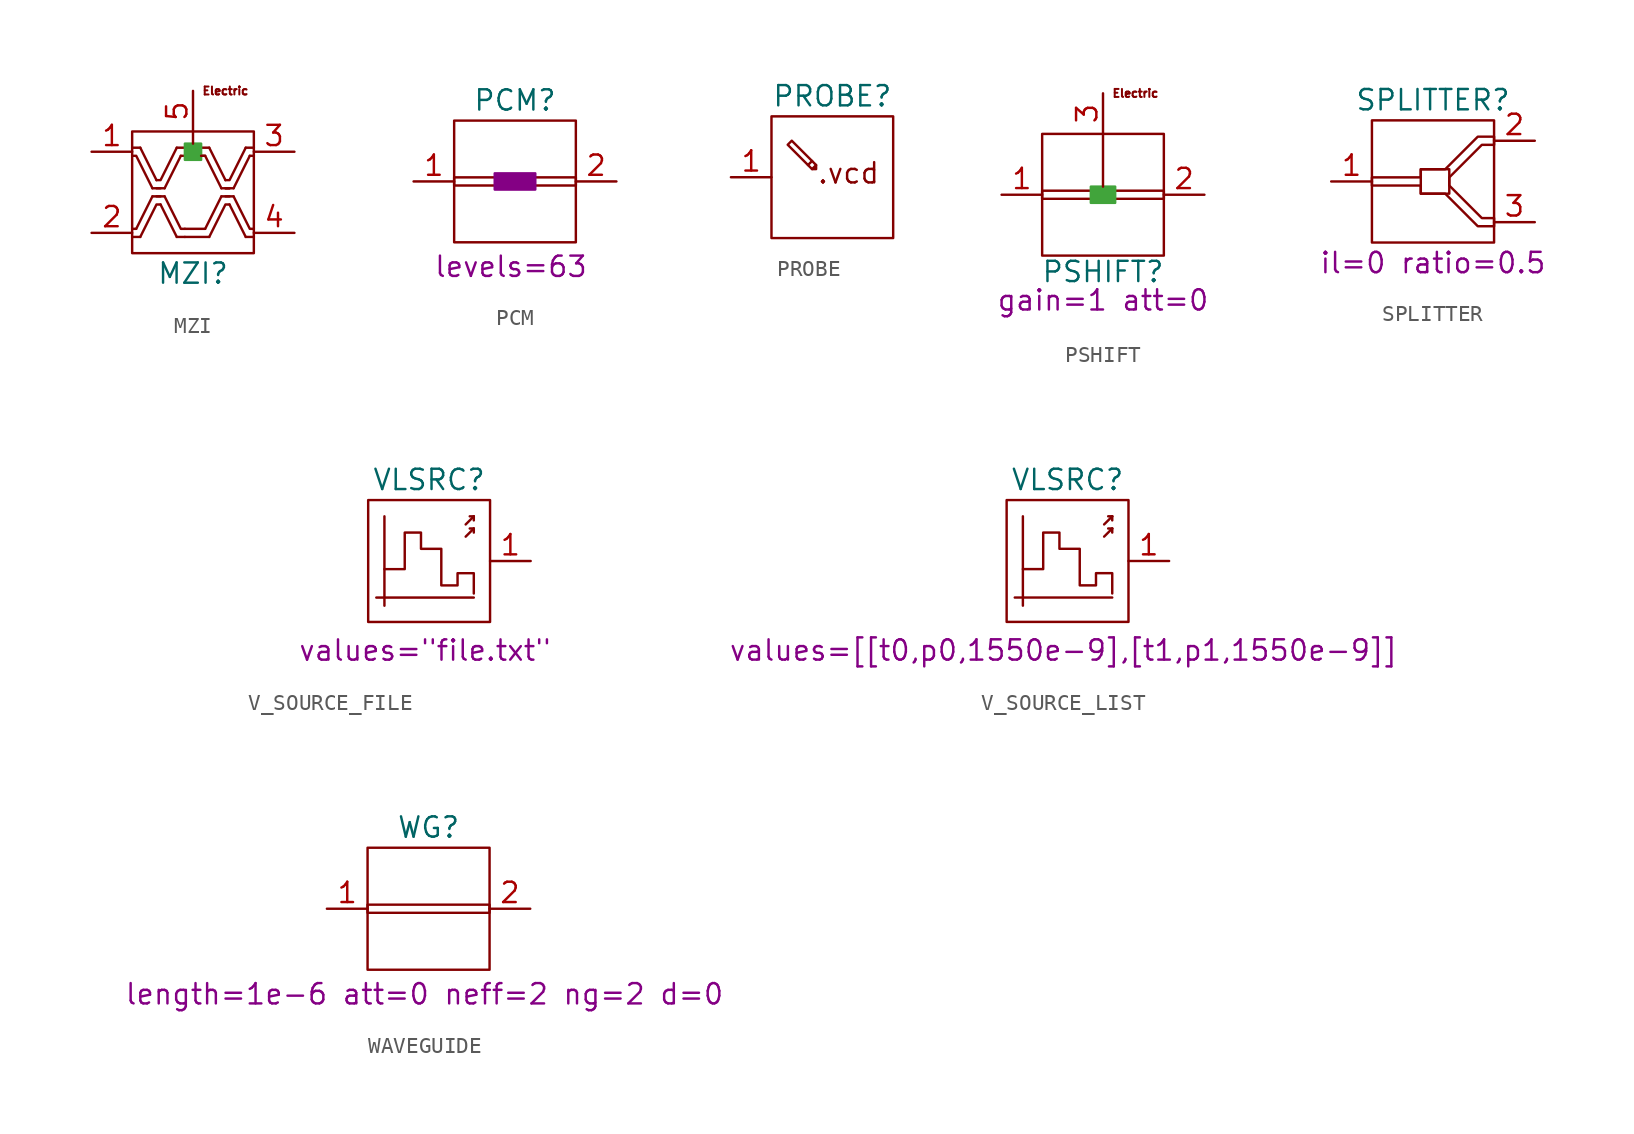
<source format=kicad_sym>
(kicad_symbol_lib
  (version 20220914)
  (generator kicad_symbol_editor)
  (symbol "MZI"
    (property "Reference" "MZI"
      (at 0 -5.08 0)
      (do_not_autoplace)
      (effects (font (size 1.27 1.27))))
    (symbol "MZI_0_1"
      (rectangle (start -3.81 3.81) (end 3.81 -3.81) (stroke (width 0) (type default)) (fill (type none)))
      (polyline (pts (xy 3.81 2.286) (xy 3.556 2.286)) (stroke (width 0) (type default)) (fill (type none))))
    (symbol "MZI_1_1"
      (rectangle (start -0.508 3.048) (end 0.508 2.032) (stroke (width 0) (type default) (color 65 164 59 1)) (fill (type outline)))
      (polyline (pts (xy -3.556 -2.286) (xy -3.81 -2.286)) (stroke (width 0) (type default)) (fill (type none)))
      (polyline (pts (xy -3.302 -2.794) (xy -3.81 -2.794)) (stroke (width 0) (type default)) (fill (type none)))
      (polyline (pts (xy -3.302 2.794) (xy -3.81 2.794)) (stroke (width 0) (type default)) (fill (type none)))
      (polyline (pts (xy -2.54 -0.254) (xy -3.556 -2.286)) (stroke (width 0) (type default)) (fill (type none)))
      (polyline (pts (xy -2.54 0.254) (xy -1.778 0.254)) (stroke (width 0) (type default)) (fill (type none)))
      (polyline (pts (xy -2.286 0.254) (xy -2.032 0.254)) (stroke (width 0) (type default)) (fill (type none)))
      (polyline (pts (xy -2.286 0.762) (xy -3.302 2.794)) (stroke (width 0) (type default)) (fill (type none)))
      (polyline (pts (xy -2.032 -0.762) (xy -1.016 -2.794)) (stroke (width 0) (type default)) (fill (type none)))
      (polyline (pts (xy -2.032 -0.254) (xy -2.286 -0.254)) (stroke (width 0) (type default)) (fill (type none)))
      (polyline (pts (xy -1.778 -0.254) (xy -2.54 -0.254)) (stroke (width 0) (type default)) (fill (type none)))
      (polyline (pts (xy -1.778 0.254) (xy -0.762 2.286)) (stroke (width 0) (type default)) (fill (type none)))
      (polyline (pts (xy -1.016 -2.794) (xy -0.508 -2.794)) (stroke (width 0) (type default)) (fill (type none)))
      (polyline (pts (xy -1.016 2.794) (xy 1.016 2.794)) (stroke (width 0) (type default)) (fill (type none)))
      (polyline (pts (xy -0.508 -2.286) (xy 0.762 -2.286)) (stroke (width 0) (type default)) (fill (type none)))
      (polyline (pts (xy 0 3.048) (xy 0 3.81)) (stroke (width 0) (type default)) (fill (type none)))
      (polyline (pts (xy 1.016 -2.794) (xy -0.508 -2.794)) (stroke (width 0) (type default)) (fill (type none)))
      (polyline (pts (xy 1.778 -0.254) (xy 0.762 -2.286)) (stroke (width 0) (type default)) (fill (type none)))
      (polyline (pts (xy 1.778 0.254) (xy 2.54 0.254)) (stroke (width 0) (type default)) (fill (type none)))
      (polyline (pts (xy 2.032 0.254) (xy 2.286 0.254)) (stroke (width 0) (type default)) (fill (type none)))
      (polyline (pts (xy 2.032 0.254) (xy 2.286 0.254)) (stroke (width 0) (type default)) (fill (type none)))
      (polyline (pts (xy 2.032 0.762) (xy 1.016 2.794)) (stroke (width 0) (type default)) (fill (type none)))
      (polyline (pts (xy 2.286 -0.762) (xy 3.302 -2.794)) (stroke (width 0) (type default)) (fill (type none)))
      (polyline (pts (xy 2.286 -0.254) (xy 2.032 -0.254)) (stroke (width 0) (type default)) (fill (type none)))
      (polyline (pts (xy 2.54 -0.254) (xy 1.778 -0.254)) (stroke (width 0) (type default)) (fill (type none)))
      (polyline (pts (xy 2.54 0.254) (xy 3.556 2.286)) (stroke (width 0) (type default)) (fill (type none)))
      (polyline (pts (xy 3.302 -2.794) (xy 3.81 -2.794)) (stroke (width 0) (type default)) (fill (type none)))
      (polyline (pts (xy 3.302 2.794) (xy 3.81 2.794)) (stroke (width 0) (type default)) (fill (type none)))
      (polyline (pts (xy -3.302 -2.794) (xy -2.286 -0.762) (xy -2.032 -0.762)) (stroke (width 0) (type default)) (fill (type none)))
      (polyline (pts (xy -2.54 0.254) (xy -3.556 2.286) (xy -3.81 2.286)) (stroke (width 0) (type default)) (fill (type none)))
      (polyline (pts (xy -1.778 -0.254) (xy -0.762 -2.286) (xy -0.508 -2.286)) (stroke (width 0) (type default)) (fill (type none)))
      (polyline (pts (xy -1.016 2.794) (xy -2.032 0.762) (xy -2.286 0.762)) (stroke (width 0) (type default)) (fill (type none)))
      (polyline (pts (xy -0.762 2.286) (xy 0.508 2.286) (xy 0.762 2.286)) (stroke (width 0) (type default)) (fill (type none)))
      (polyline (pts (xy 1.016 -2.794) (xy 2.032 -0.762) (xy 2.286 -0.762)) (stroke (width 0) (type default)) (fill (type none)))
      (polyline (pts (xy 1.778 0.254) (xy 0.762 2.286) (xy 0.508 2.286)) (stroke (width 0) (type default)) (fill (type none)))
      (polyline (pts (xy 2.54 -0.254) (xy 3.556 -2.286) (xy 3.81 -2.286)) (stroke (width 0) (type default)) (fill (type none)))
      (polyline (pts (xy 3.302 2.794) (xy 2.286 0.762) (xy 2.032 0.762)) (stroke (width 0) (type default)) (fill (type none)))
      (text "Electric" (at 2.032 6.35 0) (effects (font (face "KiCad Font") (size 0.5 0.5))))
      (pin input line (at -6.35 2.54 0) (length 2.54) (name "" (effects (font (size 1.27 1.27)))) (number "1" (effects (font (size 1.27 1.27)))))
      (pin input line (at -6.35 -2.54 0) (length 2.54) (name "" (effects (font (size 1.27 1.27)))) (number "2" (effects (font (size 1.27 1.27)))))
      (pin output line (at 6.35 2.54 180) (length 2.54) (name "" (effects (font (size 1.27 1.27)))) (number "3" (effects (font (size 1.27 1.27)))))
      (pin output line (at 6.35 -2.54 180) (length 2.54) (name "" (effects (font (size 1.27 1.27)))) (number "4" (effects (font (size 1.27 1.27)))))
      (pin input line (at 0 6.35 270) (length 2.54) (name "" (effects (font (size 1.27 1.27)))) (number "5" (effects (font (size 1.27 1.27)))))))
  (symbol "PCM"
    (property "Reference" "PCM"
      (at 0 5.08 0)
      (do_not_autoplace)
      (effects (font (size 1.27 1.27))))
    (property "Value" ""
      (at 0 0 0)
      (effects (font (size 1.27 1.27))))
    (property "Sim.Params" "levels=63"
      (at -0.254 -5.334 0)
      (effects (font (size 1.27 1.27))))
    (symbol "PCM_0_1"
      (rectangle (start -3.81 3.81) (end 3.81 -3.81) (stroke (width 0) (type default)) (fill (type none))))
    (symbol "PCM_1_1"
      (rectangle (start -3.81 0.254) (end 3.81 -0.254) (stroke (width 0) (type default)) (fill (type none)))
      (rectangle (start -1.27 0.508) (end 1.27 -0.508) (stroke (width 0) (type default) (color 132 0 132 1)) (fill (type outline)))
      (pin input line (at -6.35 0 0) (length 2.54) (name "" (effects (font (size 1.27 1.27)))) (number "1" (effects (font (size 1.27 1.27)))))
      (pin output line (at 6.35 0 180) (length 2.54) (name "" (effects (font (size 1.27 1.27)))) (number "2" (effects (font (size 1.27 1.27)))))))
  (symbol "PROBE"
    (property "Reference" "PROBE"
      (at 0 5.08 0)
      (effects (font (size 1.27 1.27))))
    (symbol "PROBE_0_1"
      (rectangle (start -3.81 3.81) (end 3.81 -3.81) (stroke (width 0) (type default)) (fill (type none))))
    (symbol "PROBE_1_1"
      (polyline (pts (xy -1.524 0.762) (xy -1.27 1.016)) (stroke (width 0) (type default)) (fill (type none)))
      (polyline (pts (xy -1.27 0.508) (xy -1.016 0.762)) (stroke (width 0) (type default)) (fill (type none)))
      (polyline (pts (xy -1.27 0.508) (xy -2.794 2.032) (xy -2.54 2.286) (xy -1.016 0.762) (xy -1.016 0.508) (xy -1.27 0.508)) (stroke (width 0) (type default)) (fill (type none)))
      (text ".vcd" (at 1.016 0.254 0) (effects (font (size 1.27 1.27))))
      (pin input line (at -6.35 0 0) (length 2.54) (name "" (effects (font (size 1.27 1.27)))) (number "1" (effects (font (size 1.27 1.27)))))))
  (symbol "PSHIFT"
    (property "Reference" "PSHIFT"
      (at 0 -4.826 0)
      (do_not_autoplace)
      (effects (font (size 1.27 1.27))))
    (property "Value" ""
      (at 0.254 2.286 0)
      (effects (font (size 1.27 1.27))))
    (property "Sim.Params" "gain=1 att=0"
      (at 0 -6.604 0)
      (effects (font (size 1.27 1.27))))
    (symbol "PSHIFT_0_1"
      (rectangle (start -3.81 3.81) (end 3.81 -3.81) (stroke (width 0) (type default)) (fill (type none))))
    (symbol "PSHIFT_1_1"
      (rectangle (start -3.81 0.254) (end 3.81 -0.254) (stroke (width 0) (type default)) (fill (type none)))
      (rectangle (start -0.762 0.508) (end 0.762 -0.508) (stroke (width 0) (type default) (color 65 164 59 1)) (fill (type outline)))
      (polyline (pts (xy 0 0.508) (xy 0 3.81)) (stroke (width 0) (type default)) (fill (type none)))
      (text "Electric" (at 2.032 6.35 0) (effects (font (face "KiCad Font") (size 0.5 0.5))))
      (pin input line (at -6.35 0 0) (length 2.54) (name "" (effects (font (size 1.27 1.27)))) (number "1" (effects (font (size 1.27 1.27)))))
      (pin output line (at 6.35 0 180) (length 2.54) (name "" (effects (font (size 1.27 1.27)))) (number "2" (effects (font (size 1.27 1.27)))))
      (pin input line (at 0 6.35 270) (length 2.54) (name "" (effects (font (size 1.27 1.27)))) (number "3" (effects (font (size 1.27 1.27)))))))
  (symbol "SPLITTER"
    (property "Reference" "SPLITTER"
      (at 0 5.08 0)
      (do_not_autoplace)
      (effects (font (size 1.27 1.27))))
    (property "Sim.Params" "il=0 ratio=0.5"
      (at 0 -5.08 0)
      (effects (font (size 1.27 1.27))))
    (symbol "SPLITTER_0_1"
      (rectangle (start -3.81 3.81) (end 3.81 -3.81) (stroke (width 0) (type default)) (fill (type none)))
      (rectangle (start -0.762 0.762) (end 1.016 -0.762) (stroke (width 0) (type default)) (fill (type none)))
      (polyline (pts (xy 3.81 2.794) (xy 2.794 2.794) (xy 0.762 0.762) (xy -0.762 0.762) (xy -0.762 0.254) (xy -3.81 0.254) (xy -3.81 -0.254) (xy -0.762 -0.254) (xy -0.762 -0.762) (xy 0.762 -0.762) (xy 2.794 -2.794) (xy 3.81 -2.794) (xy 3.81 -2.286) (xy 3.048 -2.286) (xy 1.016 -0.254) (xy 1.016 0.254) (xy 3.048 2.286) (xy 3.81 2.286) (xy 3.81 2.794)) (stroke (width 0) (type default)) (fill (type none))))
    (symbol "SPLITTER_1_1"
      (pin input line (at -6.35 0 0) (length 2.54) (name "" (effects (font (size 1.27 1.27)))) (number "1" (effects (font (size 1.27 1.27)))))
      (pin output line (at 6.35 2.54 180) (length 2.54) (name "" (effects (font (size 1.27 1.27)))) (number "2" (effects (font (size 1.27 1.27)))))
      (pin output line (at 6.35 -2.54 180) (length 2.54) (name "" (effects (font (size 1.27 1.27)))) (number "3" (effects (font (size 1.27 1.27)))))))
  (symbol "V_SOURCE_FILE"
    (property "Reference" "VLSRC"
      (at 0 5.08 0)
      (do_not_autoplace)
      (effects (font (size 1.27 1.27))))
    (property "Value" ""
      (at -19.812 -0.254 0)
      (effects (font (size 1.27 1.27))))
    (property "Sim.Params" "values=\"file.txt\""
      (at -0.254 -5.588 0)
      (effects (font (size 1.27 1.27))))
    (symbol "V_SOURCE_FILE_0_1"
      (rectangle (start -3.81 3.81) (end 3.81 -3.81) (stroke (width 0) (type default)) (fill (type none)))
      (polyline (pts (xy 2.286 1.524) (xy 2.794 2.032)) (stroke (width 0) (type default)) (fill (type none)))
      (polyline (pts (xy 2.286 2.286) (xy 2.794 2.794)) (stroke (width 0) (type default)) (fill (type none)))
      (polyline (pts (xy 2.794 2.032) (xy 2.54 2.032)) (stroke (width 0) (type default)) (fill (type none)))
      (polyline (pts (xy 2.794 2.032) (xy 2.794 1.778)) (stroke (width 0) (type default)) (fill (type none)))
      (polyline (pts (xy 2.794 2.794) (xy 2.54 2.794)) (stroke (width 0) (type default)) (fill (type none)))
      (polyline (pts (xy 2.794 2.794) (xy 2.794 2.54)) (stroke (width 0) (type default)) (fill (type none))))
    (symbol "V_SOURCE_FILE_1_1"
      (polyline (pts (xy -3.302 -2.286) (xy 2.794 -2.286)) (stroke (width 0) (type default)) (fill (type none)))
      (polyline (pts (xy -2.794 2.794) (xy -2.794 -2.794)) (stroke (width 0) (type default)) (fill (type none)))
      (polyline (pts (xy -2.794 -0.508) (xy -1.524 -0.508) (xy -1.524 1.778) (xy -0.508 1.778) (xy -0.508 0.762) (xy 0.762 0.762) (xy 0.762 -1.524) (xy 1.778 -1.524) (xy 1.778 -0.762) (xy 2.794 -0.762) (xy 2.794 -2.032)) (stroke (width 0) (type default)) (fill (type none)))
      (pin output line (at 6.35 0 180) (length 2.54) (name "" (effects (font (size 1.27 1.27)))) (number "1" (effects (font (size 1.27 1.27)))))))
  (symbol "V_SOURCE_LIST"
    (property "Reference" "VLSRC"
      (at 0 5.08 0)
      (do_not_autoplace)
      (effects (font (size 1.27 1.27))))
    (property "Value" ""
      (at -19.812 -0.254 0)
      (effects (font (size 1.27 1.27))))
    (property "Sim.Params" "values=[[t0,p0,1550e-9],[t1,p1,1550e-9]]"
      (at -0.254 -5.588 0)
      (effects (font (size 1.27 1.27))))
    (symbol "V_SOURCE_LIST_0_1"
      (rectangle (start -3.81 3.81) (end 3.81 -3.81) (stroke (width 0) (type default)) (fill (type none)))
      (polyline (pts (xy 2.286 1.524) (xy 2.794 2.032)) (stroke (width 0) (type default)) (fill (type none)))
      (polyline (pts (xy 2.286 2.286) (xy 2.794 2.794)) (stroke (width 0) (type default)) (fill (type none)))
      (polyline (pts (xy 2.794 2.032) (xy 2.54 2.032)) (stroke (width 0) (type default)) (fill (type none)))
      (polyline (pts (xy 2.794 2.032) (xy 2.794 1.778)) (stroke (width 0) (type default)) (fill (type none)))
      (polyline (pts (xy 2.794 2.794) (xy 2.54 2.794)) (stroke (width 0) (type default)) (fill (type none)))
      (polyline (pts (xy 2.794 2.794) (xy 2.794 2.54)) (stroke (width 0) (type default)) (fill (type none))))
    (symbol "V_SOURCE_LIST_1_1"
      (polyline (pts (xy -3.302 -2.286) (xy 2.794 -2.286)) (stroke (width 0) (type default)) (fill (type none)))
      (polyline (pts (xy -2.794 2.794) (xy -2.794 -2.794)) (stroke (width 0) (type default)) (fill (type none)))
      (polyline (pts (xy -2.794 -0.508) (xy -1.524 -0.508) (xy -1.524 1.778) (xy -0.508 1.778) (xy -0.508 0.762) (xy 0.762 0.762) (xy 0.762 -1.524) (xy 1.778 -1.524) (xy 1.778 -0.762) (xy 2.794 -0.762) (xy 2.794 -2.032)) (stroke (width 0) (type default)) (fill (type none)))
      (pin output line (at 6.35 0 180) (length 2.54) (name "" (effects (font (size 1.27 1.27)))) (number "1" (effects (font (size 1.27 1.27)))))))
  (symbol "WAVEGUIDE"
    (property "Reference" "WG"
      (at 0 5.08 0)
      (do_not_autoplace)
      (effects (font (size 1.27 1.27))))
    (property "Value" ""
      (at 0 0 0)
      (effects (font (size 1.27 1.27))))
    (property "Sim.Params" "length=1e-6 att=0 neff=2 ng=2 d=0"
      (at -0.254 -5.334 0)
      (effects (font (size 1.27 1.27))))
    (symbol "WAVEGUIDE_0_1"
      (rectangle (start -3.81 3.81) (end 3.81 -3.81) (stroke (width 0) (type default)) (fill (type none))))
    (symbol "WAVEGUIDE_1_1"
      (rectangle (start -3.81 0.254) (end 3.81 -0.254) (stroke (width 0) (type default)) (fill (type none)))
      (pin input line (at -6.35 0 0) (length 2.54) (name "" (effects (font (size 1.27 1.27)))) (number "1" (effects (font (size 1.27 1.27)))))
      (pin output line (at 6.35 0 180) (length 2.54) (name "" (effects (font (size 1.27 1.27)))) (number "2" (effects (font (size 1.27 1.27))))))))
</source>
